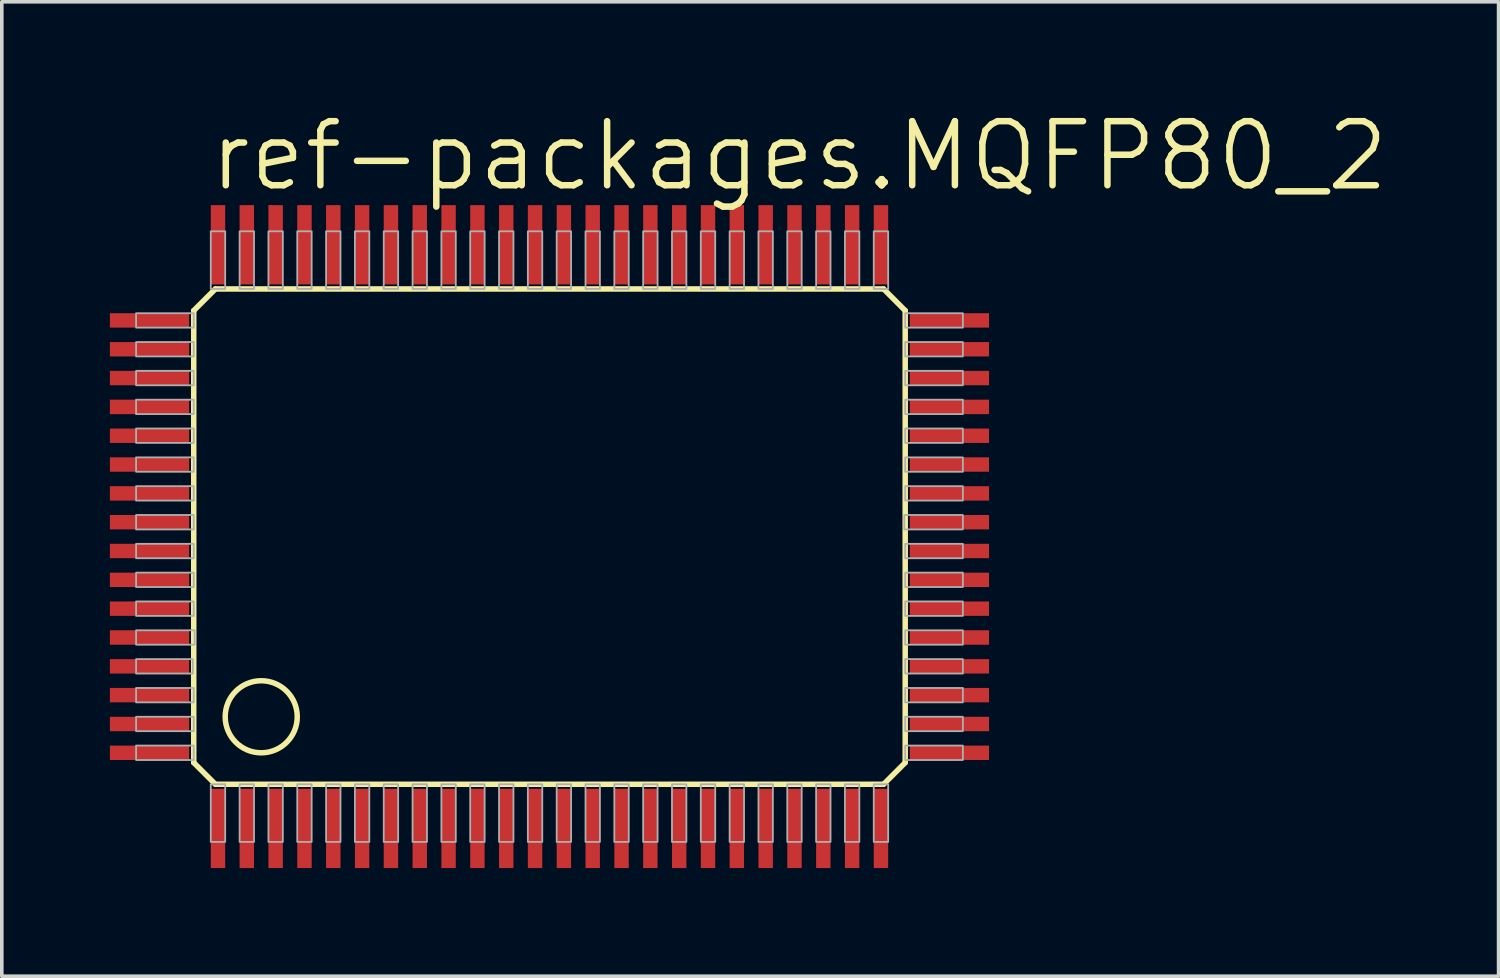
<source format=kicad_pcb>
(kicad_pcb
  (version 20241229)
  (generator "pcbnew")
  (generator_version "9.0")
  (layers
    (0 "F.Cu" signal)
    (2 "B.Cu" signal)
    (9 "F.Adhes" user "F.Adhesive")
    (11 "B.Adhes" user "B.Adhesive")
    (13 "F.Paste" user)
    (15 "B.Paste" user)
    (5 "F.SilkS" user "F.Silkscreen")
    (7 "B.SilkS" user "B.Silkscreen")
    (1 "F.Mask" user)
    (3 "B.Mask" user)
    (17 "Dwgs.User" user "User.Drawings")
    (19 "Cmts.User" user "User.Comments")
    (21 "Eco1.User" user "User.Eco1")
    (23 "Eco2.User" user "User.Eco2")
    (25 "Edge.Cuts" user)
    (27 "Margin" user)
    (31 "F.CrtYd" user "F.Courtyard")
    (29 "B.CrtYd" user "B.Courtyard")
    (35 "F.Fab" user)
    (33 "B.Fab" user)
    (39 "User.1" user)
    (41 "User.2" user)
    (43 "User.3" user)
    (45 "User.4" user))
  (footprint "ref-packages.MQFP80_2"
    (layer "F.Cu")
    (at 12.2 11.843)
    (property "Reference" "ref-packages.MQFP80_2" (at -9.525 -9.525 0) (layer "F.SilkS") (effects (font (size 1.778 1.778) (thickness 0.18)) (justify left bottom)))
    (attr smd)
    (fp_line (start -9.873 -6.273) (end -9.273 -6.873) (stroke (width 0.152) (type default)) (layer "F.SilkS"))
    (fp_line (start -9.873 6.273) (end -9.873 -6.273) (stroke (width 0.152) (type default)) (layer "F.SilkS"))
    (fp_line (start -9.273 -6.873) (end 9.273 -6.873) (stroke (width 0.152) (type default)) (layer "F.SilkS"))
    (fp_line (start -9.273 6.873) (end -9.873 6.273) (stroke (width 0.152) (type default)) (layer "F.SilkS"))
    (fp_line (start 9.273 -6.873) (end 9.873 -6.273) (stroke (width 0.152) (type default)) (layer "F.SilkS"))
    (fp_line (start 9.273 6.873) (end -9.273 6.873) (stroke (width 0.152) (type default)) (layer "F.SilkS"))
    (fp_line (start 9.873 -6.273) (end 9.873 6.273) (stroke (width 0.152) (type default)) (layer "F.SilkS"))
    (fp_line (start 9.873 6.273) (end 9.273 6.873) (stroke (width 0.152) (type default)) (layer "F.SilkS"))
    (fp_circle (center -8 5) (end -7 5) (stroke (width 0.152) (type default)) (fill no) (layer "F.SilkS"))
    (fp_rect (start -11.473 -5.8) (end -9.873 -6.2) (stroke (width 0.05) (type default)) (fill no) (layer "F.Fab"))
    (fp_rect (start -11.473 -5) (end -9.873 -5.4) (stroke (width 0.05) (type default)) (fill no) (layer "F.Fab"))
    (fp_rect (start -11.473 -4.2) (end -9.873 -4.6) (stroke (width 0.05) (type default)) (fill no) (layer "F.Fab"))
    (fp_rect (start -11.473 -3.4) (end -9.873 -3.8) (stroke (width 0.05) (type default)) (fill no) (layer "F.Fab"))
    (fp_rect (start -11.473 -2.6) (end -9.873 -3) (stroke (width 0.05) (type default)) (fill no) (layer "F.Fab"))
    (fp_rect (start -11.473 -1.8) (end -9.873 -2.2) (stroke (width 0.05) (type default)) (fill no) (layer "F.Fab"))
    (fp_rect (start -11.473 -1) (end -9.873 -1.4) (stroke (width 0.05) (type default)) (fill no) (layer "F.Fab"))
    (fp_rect (start -11.473 -0.2) (end -9.873 -0.6) (stroke (width 0.05) (type default)) (fill no) (layer "F.Fab"))
    (fp_rect (start -11.473 0.6) (end -9.873 0.2) (stroke (width 0.05) (type default)) (fill no) (layer "F.Fab"))
    (fp_rect (start -11.473 1.4) (end -9.873 1) (stroke (width 0.05) (type default)) (fill no) (layer "F.Fab"))
    (fp_rect (start -11.473 2.2) (end -9.873 1.8) (stroke (width 0.05) (type default)) (fill no) (layer "F.Fab"))
    (fp_rect (start -11.473 3) (end -9.848 2.6) (stroke (width 0.05) (type default)) (fill no) (layer "F.Fab"))
    (fp_rect (start -11.473 3.8) (end -9.898 3.4) (stroke (width 0.05) (type default)) (fill no) (layer "F.Fab"))
    (fp_rect (start -11.473 4.6) (end -9.873 4.2) (stroke (width 0.05) (type default)) (fill no) (layer "F.Fab"))
    (fp_rect (start -11.473 5.4) (end -9.873 5) (stroke (width 0.05) (type default)) (fill no) (layer "F.Fab"))
    (fp_rect (start -11.473 6.2) (end -9.873 5.8) (stroke (width 0.05) (type default)) (fill no) (layer "F.Fab"))
    (fp_rect (start -9.4 -6.873) (end -9 -8.473) (stroke (width 0.05) (type default)) (fill no) (layer "F.Fab"))
    (fp_rect (start -9.4 8.473) (end -9 6.873) (stroke (width 0.05) (type default)) (fill no) (layer "F.Fab"))
    (fp_rect (start -8.6 -6.873) (end -8.2 -8.473) (stroke (width 0.05) (type default)) (fill no) (layer "F.Fab"))
    (fp_rect (start -8.6 8.473) (end -8.2 6.873) (stroke (width 0.05) (type default)) (fill no) (layer "F.Fab"))
    (fp_rect (start -7.8 -6.873) (end -7.4 -8.473) (stroke (width 0.05) (type default)) (fill no) (layer "F.Fab"))
    (fp_rect (start -7.8 8.473) (end -7.4 6.873) (stroke (width 0.05) (type default)) (fill no) (layer "F.Fab"))
    (fp_rect (start -7 -6.873) (end -6.6 -8.473) (stroke (width 0.05) (type default)) (fill no) (layer "F.Fab"))
    (fp_rect (start -7 8.473) (end -6.6 6.873) (stroke (width 0.05) (type default)) (fill no) (layer "F.Fab"))
    (fp_rect (start -6.2 -6.873) (end -5.8 -8.473) (stroke (width 0.05) (type default)) (fill no) (layer "F.Fab"))
    (fp_rect (start -6.2 8.473) (end -5.8 6.873) (stroke (width 0.05) (type default)) (fill no) (layer "F.Fab"))
    (fp_rect (start -5.4 -6.873) (end -5 -8.473) (stroke (width 0.05) (type default)) (fill no) (layer "F.Fab"))
    (fp_rect (start -5.4 8.473) (end -5 6.873) (stroke (width 0.05) (type default)) (fill no) (layer "F.Fab"))
    (fp_rect (start -4.6 -6.873) (end -4.2 -8.473) (stroke (width 0.05) (type default)) (fill no) (layer "F.Fab"))
    (fp_rect (start -4.6 8.473) (end -4.2 6.873) (stroke (width 0.05) (type default)) (fill no) (layer "F.Fab"))
    (fp_rect (start -3.8 -6.873) (end -3.4 -8.473) (stroke (width 0.05) (type default)) (fill no) (layer "F.Fab"))
    (fp_rect (start -3.8 8.473) (end -3.4 6.873) (stroke (width 0.05) (type default)) (fill no) (layer "F.Fab"))
    (fp_rect (start -3 -6.873) (end -2.6 -8.473) (stroke (width 0.05) (type default)) (fill no) (layer "F.Fab"))
    (fp_rect (start -3 8.473) (end -2.6 6.873) (stroke (width 0.05) (type default)) (fill no) (layer "F.Fab"))
    (fp_rect (start -2.2 -6.873) (end -1.8 -8.473) (stroke (width 0.05) (type default)) (fill no) (layer "F.Fab"))
    (fp_rect (start -2.2 8.473) (end -1.8 6.873) (stroke (width 0.05) (type default)) (fill no) (layer "F.Fab"))
    (fp_rect (start -1.4 -6.873) (end -1 -8.473) (stroke (width 0.05) (type default)) (fill no) (layer "F.Fab"))
    (fp_rect (start -1.4 8.473) (end -1 6.873) (stroke (width 0.05) (type default)) (fill no) (layer "F.Fab"))
    (fp_rect (start -0.6 -6.873) (end -0.2 -8.473) (stroke (width 0.05) (type default)) (fill no) (layer "F.Fab"))
    (fp_rect (start -0.6 8.473) (end -0.2 6.873) (stroke (width 0.05) (type default)) (fill no) (layer "F.Fab"))
    (fp_rect (start 0.2 -6.873) (end 0.6 -8.473) (stroke (width 0.05) (type default)) (fill no) (layer "F.Fab"))
    (fp_rect (start 0.2 8.473) (end 0.6 6.873) (stroke (width 0.05) (type default)) (fill no) (layer "F.Fab"))
    (fp_rect (start 1 -6.873) (end 1.4 -8.473) (stroke (width 0.05) (type default)) (fill no) (layer "F.Fab"))
    (fp_rect (start 1 8.473) (end 1.4 6.873) (stroke (width 0.05) (type default)) (fill no) (layer "F.Fab"))
    (fp_rect (start 1.8 -6.873) (end 2.2 -8.473) (stroke (width 0.05) (type default)) (fill no) (layer "F.Fab"))
    (fp_rect (start 1.8 8.473) (end 2.2 6.873) (stroke (width 0.05) (type default)) (fill no) (layer "F.Fab"))
    (fp_rect (start 2.6 -6.873) (end 3 -8.473) (stroke (width 0.05) (type default)) (fill no) (layer "F.Fab"))
    (fp_rect (start 2.6 8.473) (end 3 6.873) (stroke (width 0.05) (type default)) (fill no) (layer "F.Fab"))
    (fp_rect (start 3.4 -6.873) (end 3.8 -8.473) (stroke (width 0.05) (type default)) (fill no) (layer "F.Fab"))
    (fp_rect (start 3.4 8.473) (end 3.8 6.873) (stroke (width 0.05) (type default)) (fill no) (layer "F.Fab"))
    (fp_rect (start 4.2 -6.873) (end 4.6 -8.473) (stroke (width 0.05) (type default)) (fill no) (layer "F.Fab"))
    (fp_rect (start 4.2 8.473) (end 4.6 6.873) (stroke (width 0.05) (type default)) (fill no) (layer "F.Fab"))
    (fp_rect (start 5 -6.873) (end 5.4 -8.473) (stroke (width 0.05) (type default)) (fill no) (layer "F.Fab"))
    (fp_rect (start 5 8.473) (end 5.4 6.873) (stroke (width 0.05) (type default)) (fill no) (layer "F.Fab"))
    (fp_rect (start 5.8 -6.873) (end 6.2 -8.473) (stroke (width 0.05) (type default)) (fill no) (layer "F.Fab"))
    (fp_rect (start 5.8 8.473) (end 6.2 6.873) (stroke (width 0.05) (type default)) (fill no) (layer "F.Fab"))
    (fp_rect (start 6.6 -6.873) (end 7 -8.473) (stroke (width 0.05) (type default)) (fill no) (layer "F.Fab"))
    (fp_rect (start 6.6 8.473) (end 7 6.873) (stroke (width 0.05) (type default)) (fill no) (layer "F.Fab"))
    (fp_rect (start 7.4 -6.873) (end 7.8 -8.473) (stroke (width 0.05) (type default)) (fill no) (layer "F.Fab"))
    (fp_rect (start 7.4 8.473) (end 7.8 6.873) (stroke (width 0.05) (type default)) (fill no) (layer "F.Fab"))
    (fp_rect (start 8.2 -6.873) (end 8.6 -8.473) (stroke (width 0.05) (type default)) (fill no) (layer "F.Fab"))
    (fp_rect (start 8.2 8.473) (end 8.6 6.873) (stroke (width 0.05) (type default)) (fill no) (layer "F.Fab"))
    (fp_rect (start 9 -6.873) (end 9.4 -8.473) (stroke (width 0.05) (type default)) (fill no) (layer "F.Fab"))
    (fp_rect (start 9 8.473) (end 9.4 6.873) (stroke (width 0.05) (type default)) (fill no) (layer "F.Fab"))
    (fp_rect (start 9.848 -0.2) (end 11.473 -0.6) (stroke (width 0.05) (type default)) (fill no) (layer "F.Fab"))
    (fp_rect (start 9.873 -5.8) (end 11.473 -6.2) (stroke (width 0.05) (type default)) (fill no) (layer "F.Fab"))
    (fp_rect (start 9.873 -5) (end 11.473 -5.4) (stroke (width 0.05) (type default)) (fill no) (layer "F.Fab"))
    (fp_rect (start 9.873 -4.2) (end 11.473 -4.6) (stroke (width 0.05) (type default)) (fill no) (layer "F.Fab"))
    (fp_rect (start 9.873 -3.4) (end 11.473 -3.8) (stroke (width 0.05) (type default)) (fill no) (layer "F.Fab"))
    (fp_rect (start 9.873 -2.6) (end 11.473 -3) (stroke (width 0.05) (type default)) (fill no) (layer "F.Fab"))
    (fp_rect (start 9.873 -1.8) (end 11.473 -2.2) (stroke (width 0.05) (type default)) (fill no) (layer "F.Fab"))
    (fp_rect (start 9.873 -1) (end 11.473 -1.4) (stroke (width 0.05) (type default)) (fill no) (layer "F.Fab"))
    (fp_rect (start 9.873 0.6) (end 11.473 0.2) (stroke (width 0.05) (type default)) (fill no) (layer "F.Fab"))
    (fp_rect (start 9.873 1.4) (end 11.473 1) (stroke (width 0.05) (type default)) (fill no) (layer "F.Fab"))
    (fp_rect (start 9.873 2.2) (end 11.473 1.8) (stroke (width 0.05) (type default)) (fill no) (layer "F.Fab"))
    (fp_rect (start 9.873 3) (end 11.473 2.6) (stroke (width 0.05) (type default)) (fill no) (layer "F.Fab"))
    (fp_rect (start 9.873 3.8) (end 11.473 3.4) (stroke (width 0.05) (type default)) (fill no) (layer "F.Fab"))
    (fp_rect (start 9.873 4.6) (end 11.473 4.2) (stroke (width 0.05) (type default)) (fill no) (layer "F.Fab"))
    (fp_rect (start 9.873 5.4) (end 11.473 5) (stroke (width 0.05) (type default)) (fill no) (layer "F.Fab"))
    (fp_rect (start 9.873 6.2) (end 11.473 5.8) (stroke (width 0.05) (type default)) (fill no) (layer "F.Fab"))
    (pad "1" smd roundrect (at -9.2 8.1) (size 0.4 2.2) (layers "F.Cu" "F.Mask" "F.Paste") (roundrect_rratio 0.01))
    (pad "2" smd roundrect (at -8.4 8.1) (size 0.4 2.2) (layers "F.Cu" "F.Mask" "F.Paste") (roundrect_rratio 0.01))
    (pad "3" smd roundrect (at -7.6 8.1) (size 0.4 2.2) (layers "F.Cu" "F.Mask" "F.Paste") (roundrect_rratio 0.01))
    (pad "4" smd roundrect (at -6.8 8.1) (size 0.4 2.2) (layers "F.Cu" "F.Mask" "F.Paste") (roundrect_rratio 0.01))
    (pad "5" smd roundrect (at -6 8.1) (size 0.4 2.2) (layers "F.Cu" "F.Mask" "F.Paste") (roundrect_rratio 0.01))
    (pad "6" smd roundrect (at -5.2 8.1) (size 0.4 2.2) (layers "F.Cu" "F.Mask" "F.Paste") (roundrect_rratio 0.01))
    (pad "7" smd roundrect (at -4.4 8.1) (size 0.4 2.2) (layers "F.Cu" "F.Mask" "F.Paste") (roundrect_rratio 0.01))
    (pad "8" smd roundrect (at -3.6 8.1) (size 0.4 2.2) (layers "F.Cu" "F.Mask" "F.Paste") (roundrect_rratio 0.01))
    (pad "9" smd roundrect (at -2.8 8.1) (size 0.4 2.2) (layers "F.Cu" "F.Mask" "F.Paste") (roundrect_rratio 0.01))
    (pad "10" smd roundrect (at -2 8.1) (size 0.4 2.2) (layers "F.Cu" "F.Mask" "F.Paste") (roundrect_rratio 0.01))
    (pad "11" smd roundrect (at -1.2 8.1) (size 0.4 2.2) (layers "F.Cu" "F.Mask" "F.Paste") (roundrect_rratio 0.01))
    (pad "12" smd roundrect (at -0.4 8.1) (size 0.4 2.2) (layers "F.Cu" "F.Mask" "F.Paste") (roundrect_rratio 0.01))
    (pad "13" smd roundrect (at 0.4 8.1) (size 0.4 2.2) (layers "F.Cu" "F.Mask" "F.Paste") (roundrect_rratio 0.01))
    (pad "14" smd roundrect (at 1.2 8.1) (size 0.4 2.2) (layers "F.Cu" "F.Mask" "F.Paste") (roundrect_rratio 0.01))
    (pad "15" smd roundrect (at 2 8.1) (size 0.4 2.2) (layers "F.Cu" "F.Mask" "F.Paste") (roundrect_rratio 0.01))
    (pad "16" smd roundrect (at 2.8 8.1) (size 0.4 2.2) (layers "F.Cu" "F.Mask" "F.Paste") (roundrect_rratio 0.01))
    (pad "17" smd roundrect (at 3.6 8.1) (size 0.4 2.2) (layers "F.Cu" "F.Mask" "F.Paste") (roundrect_rratio 0.01))
    (pad "18" smd roundrect (at 4.4 8.1) (size 0.4 2.2) (layers "F.Cu" "F.Mask" "F.Paste") (roundrect_rratio 0.01))
    (pad "19" smd roundrect (at 5.2 8.1) (size 0.4 2.2) (layers "F.Cu" "F.Mask" "F.Paste") (roundrect_rratio 0.01))
    (pad "20" smd roundrect (at 6 8.1) (size 0.4 2.2) (layers "F.Cu" "F.Mask" "F.Paste") (roundrect_rratio 0.01))
    (pad "21" smd roundrect (at 6.8 8.1) (size 0.4 2.2) (layers "F.Cu" "F.Mask" "F.Paste") (roundrect_rratio 0.01))
    (pad "22" smd roundrect (at 7.6 8.1) (size 0.4 2.2) (layers "F.Cu" "F.Mask" "F.Paste") (roundrect_rratio 0.01))
    (pad "23" smd roundrect (at 8.4 8.1) (size 0.4 2.2) (layers "F.Cu" "F.Mask" "F.Paste") (roundrect_rratio 0.01))
    (pad "24" smd roundrect (at 9.2 8.1) (size 0.4 2.2) (layers "F.Cu" "F.Mask" "F.Paste") (roundrect_rratio 0.01))
    (pad "25" smd roundrect (at 11.1 6) (size 2.2 0.4) (layers "F.Cu" "F.Mask" "F.Paste") (roundrect_rratio 0.01))
    (pad "26" smd roundrect (at 11.1 5.2) (size 2.2 0.4) (layers "F.Cu" "F.Mask" "F.Paste") (roundrect_rratio 0.01))
    (pad "27" smd roundrect (at 11.1 4.4) (size 2.2 0.4) (layers "F.Cu" "F.Mask" "F.Paste") (roundrect_rratio 0.01))
    (pad "28" smd roundrect (at 11.1 3.6) (size 2.2 0.4) (layers "F.Cu" "F.Mask" "F.Paste") (roundrect_rratio 0.01))
    (pad "29" smd roundrect (at 11.1 2.8) (size 2.2 0.4) (layers "F.Cu" "F.Mask" "F.Paste") (roundrect_rratio 0.01))
    (pad "30" smd roundrect (at 11.1 2) (size 2.2 0.4) (layers "F.Cu" "F.Mask" "F.Paste") (roundrect_rratio 0.01))
    (pad "31" smd roundrect (at 11.1 1.2) (size 2.2 0.4) (layers "F.Cu" "F.Mask" "F.Paste") (roundrect_rratio 0.01))
    (pad "32" smd roundrect (at 11.1 0.4) (size 2.2 0.4) (layers "F.Cu" "F.Mask" "F.Paste") (roundrect_rratio 0.01))
    (pad "33" smd roundrect (at 11.1 -0.4) (size 2.2 0.4) (layers "F.Cu" "F.Mask" "F.Paste") (roundrect_rratio 0.01))
    (pad "34" smd roundrect (at 11.1 -1.2) (size 2.2 0.4) (layers "F.Cu" "F.Mask" "F.Paste") (roundrect_rratio 0.01))
    (pad "35" smd roundrect (at 11.1 -2) (size 2.2 0.4) (layers "F.Cu" "F.Mask" "F.Paste") (roundrect_rratio 0.01))
    (pad "36" smd roundrect (at 11.1 -2.8) (size 2.2 0.4) (layers "F.Cu" "F.Mask" "F.Paste") (roundrect_rratio 0.01))
    (pad "37" smd roundrect (at 11.1 -3.6) (size 2.2 0.4) (layers "F.Cu" "F.Mask" "F.Paste") (roundrect_rratio 0.01))
    (pad "38" smd roundrect (at 11.1 -4.4) (size 2.2 0.4) (layers "F.Cu" "F.Mask" "F.Paste") (roundrect_rratio 0.01))
    (pad "39" smd roundrect (at 11.1 -5.2) (size 2.2 0.4) (layers "F.Cu" "F.Mask" "F.Paste") (roundrect_rratio 0.01))
    (pad "40" smd roundrect (at 11.1 -6) (size 2.2 0.4) (layers "F.Cu" "F.Mask" "F.Paste") (roundrect_rratio 0.01))
    (pad "41" smd roundrect (at 9.2 -8.1) (size 0.4 2.2) (layers "F.Cu" "F.Mask" "F.Paste") (roundrect_rratio 0.01))
    (pad "42" smd roundrect (at 8.4 -8.1) (size 0.4 2.2) (layers "F.Cu" "F.Mask" "F.Paste") (roundrect_rratio 0.01))
    (pad "43" smd roundrect (at 7.6 -8.1) (size 0.4 2.2) (layers "F.Cu" "F.Mask" "F.Paste") (roundrect_rratio 0.01))
    (pad "44" smd roundrect (at 6.8 -8.1) (size 0.4 2.2) (layers "F.Cu" "F.Mask" "F.Paste") (roundrect_rratio 0.01))
    (pad "45" smd roundrect (at 6 -8.1) (size 0.4 2.2) (layers "F.Cu" "F.Mask" "F.Paste") (roundrect_rratio 0.01))
    (pad "46" smd roundrect (at 5.2 -8.1) (size 0.4 2.2) (layers "F.Cu" "F.Mask" "F.Paste") (roundrect_rratio 0.01))
    (pad "47" smd roundrect (at 4.4 -8.1) (size 0.4 2.2) (layers "F.Cu" "F.Mask" "F.Paste") (roundrect_rratio 0.01))
    (pad "48" smd roundrect (at 3.6 -8.1) (size 0.4 2.2) (layers "F.Cu" "F.Mask" "F.Paste") (roundrect_rratio 0.01))
    (pad "49" smd roundrect (at 2.8 -8.1) (size 0.4 2.2) (layers "F.Cu" "F.Mask" "F.Paste") (roundrect_rratio 0.01))
    (pad "50" smd roundrect (at 2 -8.1) (size 0.4 2.2) (layers "F.Cu" "F.Mask" "F.Paste") (roundrect_rratio 0.01))
    (pad "51" smd roundrect (at 1.2 -8.1) (size 0.4 2.2) (layers "F.Cu" "F.Mask" "F.Paste") (roundrect_rratio 0.01))
    (pad "52" smd roundrect (at 0.4 -8.1) (size 0.4 2.2) (layers "F.Cu" "F.Mask" "F.Paste") (roundrect_rratio 0.01))
    (pad "53" smd roundrect (at -0.4 -8.1) (size 0.4 2.2) (layers "F.Cu" "F.Mask" "F.Paste") (roundrect_rratio 0.01))
    (pad "54" smd roundrect (at -1.2 -8.1) (size 0.4 2.2) (layers "F.Cu" "F.Mask" "F.Paste") (roundrect_rratio 0.01))
    (pad "55" smd roundrect (at -2 -8.1) (size 0.4 2.2) (layers "F.Cu" "F.Mask" "F.Paste") (roundrect_rratio 0.01))
    (pad "56" smd roundrect (at -2.8 -8.1) (size 0.4 2.2) (layers "F.Cu" "F.Mask" "F.Paste") (roundrect_rratio 0.01))
    (pad "57" smd roundrect (at -3.6 -8.1) (size 0.4 2.2) (layers "F.Cu" "F.Mask" "F.Paste") (roundrect_rratio 0.01))
    (pad "58" smd roundrect (at -4.4 -8.1) (size 0.4 2.2) (layers "F.Cu" "F.Mask" "F.Paste") (roundrect_rratio 0.01))
    (pad "59" smd roundrect (at -5.2 -8.1) (size 0.4 2.2) (layers "F.Cu" "F.Mask" "F.Paste") (roundrect_rratio 0.01))
    (pad "60" smd roundrect (at -6 -8.1) (size 0.4 2.2) (layers "F.Cu" "F.Mask" "F.Paste") (roundrect_rratio 0.01))
    (pad "61" smd roundrect (at -6.8 -8.1) (size 0.4 2.2) (layers "F.Cu" "F.Mask" "F.Paste") (roundrect_rratio 0.01))
    (pad "62" smd roundrect (at -7.6 -8.1) (size 0.4 2.2) (layers "F.Cu" "F.Mask" "F.Paste") (roundrect_rratio 0.01))
    (pad "63" smd roundrect (at -8.4 -8.1) (size 0.4 2.2) (layers "F.Cu" "F.Mask" "F.Paste") (roundrect_rratio 0.01))
    (pad "64" smd roundrect (at -9.2 -8.1) (size 0.4 2.2) (layers "F.Cu" "F.Mask" "F.Paste") (roundrect_rratio 0.01))
    (pad "65" smd roundrect (at -11.1 -6) (size 2.2 0.4) (layers "F.Cu" "F.Mask" "F.Paste") (roundrect_rratio 0.01))
    (pad "66" smd roundrect (at -11.1 -5.2) (size 2.2 0.4) (layers "F.Cu" "F.Mask" "F.Paste") (roundrect_rratio 0.01))
    (pad "67" smd roundrect (at -11.1 -4.4) (size 2.2 0.4) (layers "F.Cu" "F.Mask" "F.Paste") (roundrect_rratio 0.01))
    (pad "68" smd roundrect (at -11.1 -3.6) (size 2.2 0.4) (layers "F.Cu" "F.Mask" "F.Paste") (roundrect_rratio 0.01))
    (pad "69" smd roundrect (at -11.1 -2.8) (size 2.2 0.4) (layers "F.Cu" "F.Mask" "F.Paste") (roundrect_rratio 0.01))
    (pad "70" smd roundrect (at -11.1 -2) (size 2.2 0.4) (layers "F.Cu" "F.Mask" "F.Paste") (roundrect_rratio 0.01))
    (pad "71" smd roundrect (at -11.1 -1.2) (size 2.2 0.4) (layers "F.Cu" "F.Mask" "F.Paste") (roundrect_rratio 0.01))
    (pad "72" smd roundrect (at -11.1 -0.4) (size 2.2 0.4) (layers "F.Cu" "F.Mask" "F.Paste") (roundrect_rratio 0.01))
    (pad "73" smd roundrect (at -11.1 0.4) (size 2.2 0.4) (layers "F.Cu" "F.Mask" "F.Paste") (roundrect_rratio 0.01))
    (pad "74" smd roundrect (at -11.1 1.2) (size 2.2 0.4) (layers "F.Cu" "F.Mask" "F.Paste") (roundrect_rratio 0.01))
    (pad "75" smd roundrect (at -11.1 2) (size 2.2 0.4) (layers "F.Cu" "F.Mask" "F.Paste") (roundrect_rratio 0.01))
    (pad "76" smd roundrect (at -11.1 2.8) (size 2.2 0.4) (layers "F.Cu" "F.Mask" "F.Paste") (roundrect_rratio 0.01))
    (pad "77" smd roundrect (at -11.1 3.6) (size 2.2 0.4) (layers "F.Cu" "F.Mask" "F.Paste") (roundrect_rratio 0.01))
    (pad "78" smd roundrect (at -11.1 4.4) (size 2.2 0.4) (layers "F.Cu" "F.Mask" "F.Paste") (roundrect_rratio 0.01))
    (pad "79" smd roundrect (at -11.1 5.2) (size 2.2 0.4) (layers "F.Cu" "F.Mask" "F.Paste") (roundrect_rratio 0.01))
    (pad "80" smd roundrect (at -11.1 6) (size 2.2 0.4) (layers "F.Cu" "F.Mask" "F.Paste") (roundrect_rratio 0.01)))
  (gr_rect
    (start -3 -3)
    (end 38.541 24.043)
    (stroke (width 0.1) (type default))
    (fill no)
    (layer "Edge.Cuts")))
</source>
